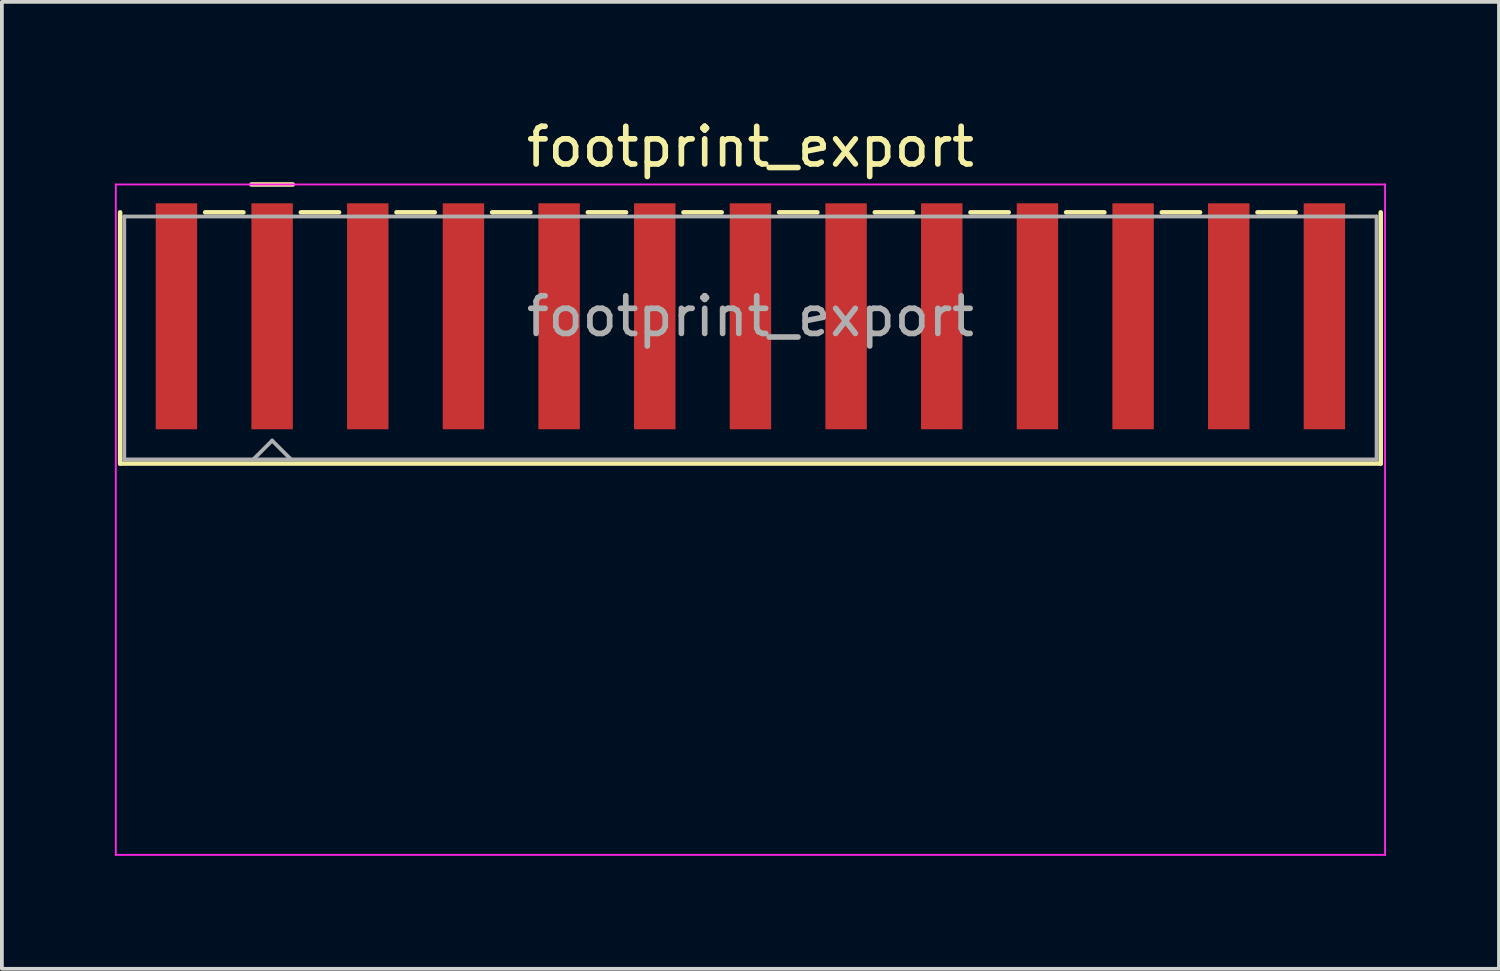
<source format=kicad_pcb>
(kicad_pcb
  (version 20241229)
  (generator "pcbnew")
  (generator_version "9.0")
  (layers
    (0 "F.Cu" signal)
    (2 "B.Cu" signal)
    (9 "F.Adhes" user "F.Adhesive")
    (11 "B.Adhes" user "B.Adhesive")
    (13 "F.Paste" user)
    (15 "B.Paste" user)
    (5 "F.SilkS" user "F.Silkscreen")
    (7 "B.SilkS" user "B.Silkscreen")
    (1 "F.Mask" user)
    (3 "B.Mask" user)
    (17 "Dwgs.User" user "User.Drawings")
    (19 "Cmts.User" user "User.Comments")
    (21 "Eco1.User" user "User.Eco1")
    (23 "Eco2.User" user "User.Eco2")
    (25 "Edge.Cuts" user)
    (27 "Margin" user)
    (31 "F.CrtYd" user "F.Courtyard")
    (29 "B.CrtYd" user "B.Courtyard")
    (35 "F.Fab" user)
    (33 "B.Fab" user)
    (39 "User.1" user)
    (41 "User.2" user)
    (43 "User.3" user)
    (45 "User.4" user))
  (footprint "footprint_export"
    (layer "F.Cu")
    (at 16.875 6.648)
    (property "Reference" "footprint_export" (at 0 -5.8 0) (layer "F.SilkS") (effects (font (size 1 1) (thickness 0.15))))
    (attr smd)
    (fp_line (start -16.735 -4.06) (end -16.735 2.61) (stroke (width 0.12) (type solid)) (layer "F.SilkS"))
    (fp_line (start -14.478 -4.06) (end -13.462 -4.06) (stroke (width 0.12) (type solid)) (layer "F.SilkS"))
    (fp_line (start -13.25 -4.8) (end -12.15 -4.8) (stroke (width 0.12) (type solid)) (layer "F.SilkS"))
    (fp_line (start -11.938 -4.06) (end -10.922 -4.06) (stroke (width 0.12) (type solid)) (layer "F.SilkS"))
    (fp_line (start -9.398 -4.06) (end -8.382 -4.06) (stroke (width 0.12) (type solid)) (layer "F.SilkS"))
    (fp_line (start -6.858 -4.06) (end -5.842 -4.06) (stroke (width 0.12) (type solid)) (layer "F.SilkS"))
    (fp_line (start -4.318 -4.06) (end -3.302 -4.06) (stroke (width 0.12) (type solid)) (layer "F.SilkS"))
    (fp_line (start -1.778 -4.06) (end -0.762 -4.06) (stroke (width 0.12) (type solid)) (layer "F.SilkS"))
    (fp_line (start 0.762 -4.06) (end 1.778 -4.06) (stroke (width 0.12) (type solid)) (layer "F.SilkS"))
    (fp_line (start 3.302 -4.06) (end 4.318 -4.06) (stroke (width 0.12) (type solid)) (layer "F.SilkS"))
    (fp_line (start 5.842 -4.06) (end 6.858 -4.06) (stroke (width 0.12) (type solid)) (layer "F.SilkS"))
    (fp_line (start 8.382 -4.06) (end 9.398 -4.06) (stroke (width 0.12) (type solid)) (layer "F.SilkS"))
    (fp_line (start 10.922 -4.06) (end 11.938 -4.06) (stroke (width 0.12) (type solid)) (layer "F.SilkS"))
    (fp_line (start 13.462 -4.06) (end 14.478 -4.06) (stroke (width 0.12) (type solid)) (layer "F.SilkS"))
    (fp_line (start 16.735 -4.06) (end 16.735 2.61) (stroke (width 0.12) (type solid)) (layer "F.SilkS"))
    (fp_line (start 16.735 2.61) (end -16.735 2.61) (stroke (width 0.12) (type solid)) (layer "F.SilkS"))
    (fp_line (start -16.85 -4.8) (end -16.85 13) (stroke (width 0.05) (type solid)) (layer "F.CrtYd"))
    (fp_line (start -16.85 13) (end 16.85 13) (stroke (width 0.05) (type solid)) (layer "F.CrtYd"))
    (fp_line (start 16.85 -4.8) (end -16.85 -4.8) (stroke (width 0.05) (type solid)) (layer "F.CrtYd"))
    (fp_line (start 16.85 13) (end 16.85 -4.8) (stroke (width 0.05) (type solid)) (layer "F.CrtYd"))
    (fp_line (start -16.625 -3.95) (end -16.625 2.5) (stroke (width 0.1) (type solid)) (layer "F.Fab"))
    (fp_line (start -16.625 2.5) (end 16.625 2.5) (stroke (width 0.1) (type solid)) (layer "F.Fab"))
    (fp_line (start -13.2 2.5) (end -12.7 2) (stroke (width 0.1) (type solid)) (layer "F.Fab"))
    (fp_line (start -12.7 2) (end -12.2 2.5) (stroke (width 0.1) (type solid)) (layer "F.Fab"))
    (fp_line (start 16.625 -3.95) (end -16.625 -3.95) (stroke (width 0.1) (type solid)) (layer "F.Fab"))
    (fp_line (start 16.625 2.5) (end 16.625 -3.95) (stroke (width 0.1) (type solid)) (layer "F.Fab"))
    (fp_text user "${REFERENCE}" (at 0 -1.3 0) (layer "F.Fab") (effects (font (size 1 1) (thickness 0.15))))
    (pad "1" smd rect (at -12.7 -1.3) (size 1.1 6) (layers "F.Cu" "F.Mask" "F.Paste"))
    (pad "2" smd rect (at -10.16 -1.3) (size 1.1 6) (layers "F.Cu" "F.Mask" "F.Paste"))
    (pad "3" smd rect (at -7.62 -1.3) (size 1.1 6) (layers "F.Cu" "F.Mask" "F.Paste"))
    (pad "4" smd rect (at -5.08 -1.3) (size 1.1 6) (layers "F.Cu" "F.Mask" "F.Paste"))
    (pad "5" smd rect (at -2.54 -1.3) (size 1.1 6) (layers "F.Cu" "F.Mask" "F.Paste"))
    (pad "6" smd rect (at 0 -1.3) (size 1.1 6) (layers "F.Cu" "F.Mask" "F.Paste"))
    (pad "7" smd rect (at 2.54 -1.3) (size 1.1 6) (layers "F.Cu" "F.Mask" "F.Paste"))
    (pad "8" smd rect (at 5.08 -1.3) (size 1.1 6) (layers "F.Cu" "F.Mask" "F.Paste"))
    (pad "9" smd rect (at 7.62 -1.3) (size 1.1 6) (layers "F.Cu" "F.Mask" "F.Paste"))
    (pad "10" smd rect (at 10.16 -1.3) (size 1.1 6) (layers "F.Cu" "F.Mask" "F.Paste"))
    (pad "11" smd rect (at 12.7 -1.3) (size 1.1 6) (layers "F.Cu" "F.Mask" "F.Paste"))
    (pad "MP" smd rect (at -15.24 -1.3) (size 1.1 6) (layers "F.Cu" "F.Mask" "F.Paste"))
    (pad "MP" smd rect (at 15.24 -1.3) (size 1.1 6) (layers "F.Cu" "F.Mask" "F.Paste")))
  (gr_rect
    (start -3 -3)
    (end 36.75 22.673)
    (stroke (width 0.1) (type default))
    (fill no)
    (layer "Edge.Cuts")))
</source>
